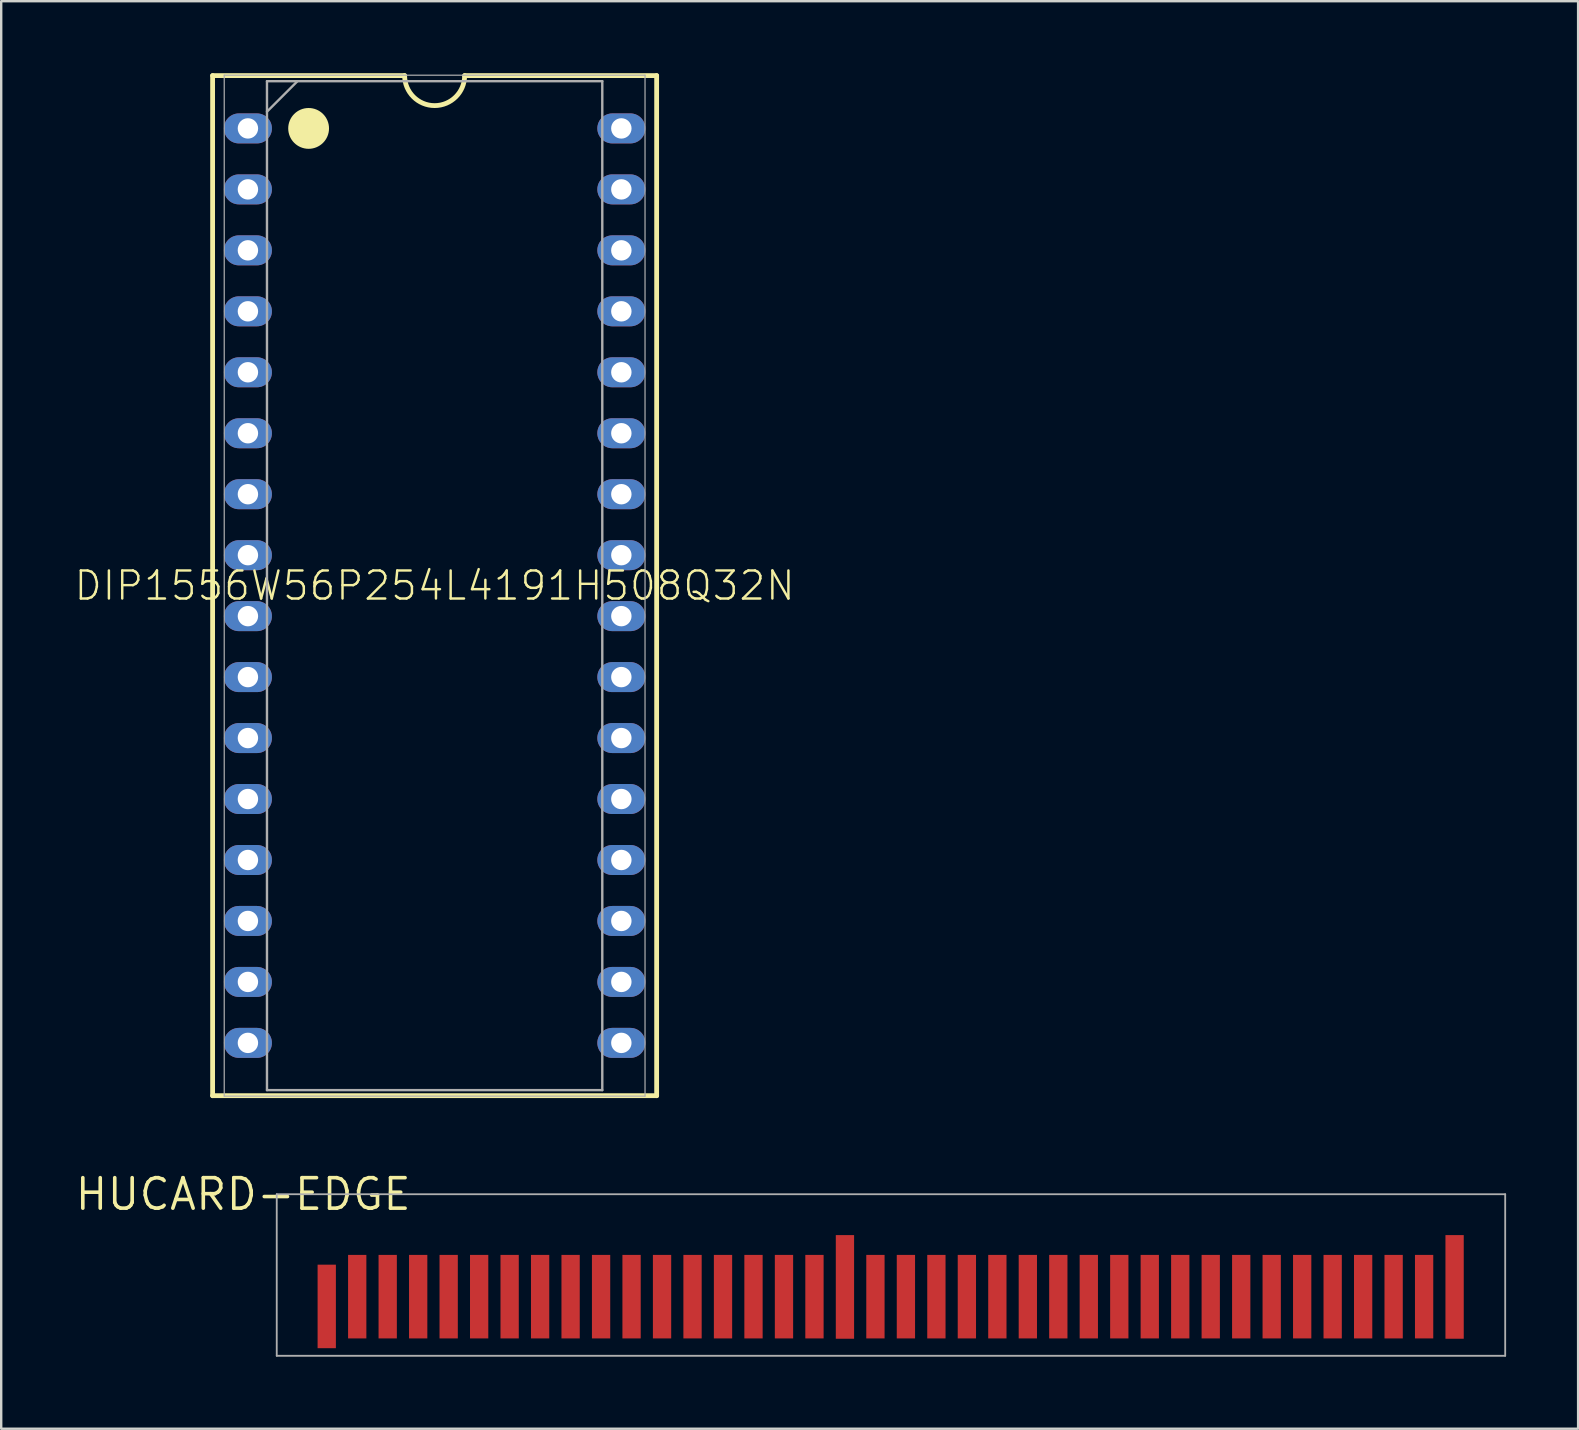
<source format=kicad_pcb>
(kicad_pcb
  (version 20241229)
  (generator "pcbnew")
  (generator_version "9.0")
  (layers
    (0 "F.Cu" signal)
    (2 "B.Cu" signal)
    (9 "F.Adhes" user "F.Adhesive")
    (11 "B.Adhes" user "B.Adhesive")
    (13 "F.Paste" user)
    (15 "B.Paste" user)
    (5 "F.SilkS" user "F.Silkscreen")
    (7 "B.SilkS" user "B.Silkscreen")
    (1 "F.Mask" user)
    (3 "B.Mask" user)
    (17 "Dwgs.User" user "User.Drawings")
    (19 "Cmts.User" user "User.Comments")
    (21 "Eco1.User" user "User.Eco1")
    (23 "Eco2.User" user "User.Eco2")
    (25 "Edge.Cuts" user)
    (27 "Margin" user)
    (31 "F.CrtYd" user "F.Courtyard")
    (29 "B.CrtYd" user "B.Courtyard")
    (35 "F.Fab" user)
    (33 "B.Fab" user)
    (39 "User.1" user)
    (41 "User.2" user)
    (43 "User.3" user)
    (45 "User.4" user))
  (footprint "HUCARD-EDGE"
    (layer "F.Cu")
    (at 7.083 46.706)
    (property "Reference" "HUCARD-EDGE" (at 0 0 0) (layer "F.SilkS") (effects (font (size 1.27 1.27) (thickness 0.15))))
    (fp_poly (pts (xy 2.032 6.096) (xy 51.943 6.096) (xy 51.943 2.032) (xy 2.032 2.032)) (stroke (width 1) (type default)) (fill yes) (layer "F.Mask"))
    (fp_line (start 1.397 0) (end 1.397 6.731) (stroke (width 0.076) (type solid)) (layer "F.Fab"))
    (fp_line (start 1.397 6.731) (end 52.578 6.731) (stroke (width 0.076) (type solid)) (layer "F.Fab"))
    (fp_line (start 52.578 0) (end 1.397 0) (stroke (width 0.076) (type solid)) (layer "F.Fab"))
    (fp_line (start 52.578 6.731) (end 52.578 0) (stroke (width 0.076) (type solid)) (layer "F.Fab"))
    (pad "1" smd rect (at 3.48 4.674 90) (size 3.48 0.762) (layers "F.Cu" "F.Mask"))
    (pad "2" smd rect (at 4.75 4.267 90) (size 3.48 0.762) (layers "F.Cu" "F.Mask"))
    (pad "3" smd rect (at 6.02 4.267 90) (size 3.48 0.762) (layers "F.Cu" "F.Mask"))
    (pad "4" smd rect (at 7.29 4.267 90) (size 3.48 0.762) (layers "F.Cu" "F.Mask"))
    (pad "5" smd rect (at 8.56 4.267 90) (size 3.48 0.762) (layers "F.Cu" "F.Mask"))
    (pad "6" smd rect (at 9.83 4.267 90) (size 3.48 0.762) (layers "F.Cu" "F.Mask"))
    (pad "7" smd rect (at 11.1 4.267 90) (size 3.48 0.762) (layers "F.Cu" "F.Mask"))
    (pad "8" smd rect (at 12.37 4.267 90) (size 3.48 0.762) (layers "F.Cu" "F.Mask"))
    (pad "9" smd rect (at 13.64 4.267 90) (size 3.48 0.762) (layers "F.Cu" "F.Mask"))
    (pad "10" smd rect (at 14.91 4.267 90) (size 3.48 0.762) (layers "F.Cu" "F.Mask"))
    (pad "11" smd rect (at 16.18 4.267 90) (size 3.48 0.762) (layers "F.Cu" "F.Mask"))
    (pad "12" smd rect (at 17.45 4.267 90) (size 3.48 0.762) (layers "F.Cu" "F.Mask"))
    (pad "13" smd rect (at 18.72 4.267 90) (size 3.48 0.762) (layers "F.Cu" "F.Mask"))
    (pad "14" smd rect (at 19.99 4.267 90) (size 3.48 0.762) (layers "F.Cu" "F.Mask"))
    (pad "15" smd rect (at 21.26 4.267 90) (size 3.48 0.762) (layers "F.Cu" "F.Mask"))
    (pad "16" smd rect (at 22.53 4.267 90) (size 3.48 0.762) (layers "F.Cu" "F.Mask"))
    (pad "17" smd rect (at 23.8 4.267 90) (size 3.48 0.762) (layers "F.Cu" "F.Mask"))
    (pad "18" smd rect (at 25.07 3.861 90) (size 4.318 0.762) (layers "F.Cu" "F.Mask"))
    (pad "19" smd rect (at 26.34 4.267 90) (size 3.48 0.762) (layers "F.Cu" "F.Mask"))
    (pad "20" smd rect (at 27.61 4.267 90) (size 3.48 0.762) (layers "F.Cu" "F.Mask"))
    (pad "21" smd rect (at 28.88 4.267 90) (size 3.48 0.762) (layers "F.Cu" "F.Mask"))
    (pad "22" smd rect (at 30.15 4.267 90) (size 3.48 0.762) (layers "F.Cu" "F.Mask"))
    (pad "23" smd rect (at 31.42 4.267 90) (size 3.48 0.762) (layers "F.Cu" "F.Mask"))
    (pad "24" smd rect (at 32.69 4.267 90) (size 3.48 0.762) (layers "F.Cu" "F.Mask"))
    (pad "25" smd rect (at 33.96 4.267 90) (size 3.48 0.762) (layers "F.Cu" "F.Mask"))
    (pad "26" smd rect (at 35.23 4.267 90) (size 3.48 0.762) (layers "F.Cu" "F.Mask"))
    (pad "27" smd rect (at 36.5 4.267 90) (size 3.48 0.762) (layers "F.Cu" "F.Mask"))
    (pad "28" smd rect (at 37.77 4.267 90) (size 3.48 0.762) (layers "F.Cu" "F.Mask"))
    (pad "29" smd rect (at 39.04 4.267 90) (size 3.48 0.762) (layers "F.Cu" "F.Mask"))
    (pad "30" smd rect (at 40.31 4.267 90) (size 3.48 0.762) (layers "F.Cu" "F.Mask"))
    (pad "31" smd rect (at 41.58 4.267 90) (size 3.48 0.762) (layers "F.Cu" "F.Mask"))
    (pad "32" smd rect (at 42.85 4.267 90) (size 3.48 0.762) (layers "F.Cu" "F.Mask"))
    (pad "33" smd rect (at 44.12 4.267 90) (size 3.48 0.762) (layers "F.Cu" "F.Mask"))
    (pad "34" smd rect (at 45.39 4.267 90) (size 3.48 0.762) (layers "F.Cu" "F.Mask"))
    (pad "35" smd rect (at 46.66 4.267 90) (size 3.48 0.762) (layers "F.Cu" "F.Mask"))
    (pad "36" smd rect (at 47.93 4.267 90) (size 3.48 0.762) (layers "F.Cu" "F.Mask"))
    (pad "37" smd rect (at 49.2 4.267 90) (size 3.48 0.762) (layers "F.Cu" "F.Mask"))
    (pad "38" smd rect (at 50.47 3.861 90) (size 4.318 0.762) (layers "F.Cu" "F.Mask")))
  (footprint "DIP1556W56P254L4191H508Q32N"
    (layer "F.Cu")
    (at 15.058 21.35)
    (property "Reference" "DIP1556W56P254L4191H508Q32N" (at 0 0 0) (layer "F.SilkS") (effects (font (size 1.168 1.168) (thickness 0.102))))
    (fp_line (start -9.25 -21.25) (end -9.25 21.25) (stroke (width 0.2) (type default)) (layer "F.SilkS"))
    (fp_line (start -9.25 21.25) (end 9.25 21.25) (stroke (width 0.2) (type default)) (layer "F.SilkS"))
    (fp_line (start -1.25 -21.25) (end -9.25 -21.25) (stroke (width 0.2) (type default)) (layer "F.SilkS"))
    (fp_line (start 9.25 -21.25) (end 1.25 -21.25) (stroke (width 0.2) (type default)) (layer "F.SilkS"))
    (fp_line (start 9.25 21.25) (end 9.25 -21.25) (stroke (width 0.2) (type default)) (layer "F.SilkS"))
    (fp_arc (start 1.25 -21.25) (mid 0 -20) (end -1.25 -21.25) (stroke (width 0.2) (type default)) (layer "F.SilkS"))
    (fp_circle (center -5.25 -19.05) (end -4.5 -19.05) (stroke (width 0.2) (type solid)) (fill yes) (layer "F.SilkS"))
    (fp_line (start -8.766 -21.268) (end 8.766 -21.268) (stroke (width 0.05) (type solid)) (layer "F.Fab"))
    (fp_line (start -8.766 21.268) (end -8.766 -21.268) (stroke (width 0.05) (type solid)) (layer "F.Fab"))
    (fp_line (start -6.985 -21.018) (end 6.985 -21.018) (stroke (width 0.1) (type solid)) (layer "F.Fab"))
    (fp_line (start -6.985 -19.748) (end -5.715 -21.018) (stroke (width 0.1) (type solid)) (layer "F.Fab"))
    (fp_line (start -6.985 21.018) (end -6.985 -21.018) (stroke (width 0.1) (type solid)) (layer "F.Fab"))
    (fp_line (start 6.985 -21.018) (end 6.985 21.018) (stroke (width 0.1) (type solid)) (layer "F.Fab"))
    (fp_line (start 6.985 21.018) (end -6.985 21.018) (stroke (width 0.1) (type solid)) (layer "F.Fab"))
    (fp_line (start 8.766 -21.268) (end 8.766 21.268) (stroke (width 0.05) (type solid)) (layer "F.Fab"))
    (fp_line (start 8.766 21.268) (end -8.766 21.268) (stroke (width 0.05) (type solid)) (layer "F.Fab"))
    (pad "1" thru_hole oval (at -7.779 -19.05) (size 2 1.25) (drill 0.85) (layers "*.Cu" "*.Mask"))
    (pad "2" thru_hole oval (at -7.779 -16.51) (size 2 1.25) (drill 0.85) (layers "*.Cu" "*.Mask"))
    (pad "3" thru_hole oval (at -7.779 -13.97) (size 2 1.25) (drill 0.85) (layers "*.Cu" "*.Mask"))
    (pad "4" thru_hole oval (at -7.779 -11.43) (size 2 1.25) (drill 0.85) (layers "*.Cu" "*.Mask"))
    (pad "5" thru_hole oval (at -7.779 -8.89) (size 2 1.25) (drill 0.85) (layers "*.Cu" "*.Mask"))
    (pad "6" thru_hole oval (at -7.779 -6.35) (size 2 1.25) (drill 0.85) (layers "*.Cu" "*.Mask"))
    (pad "7" thru_hole oval (at -7.779 -3.81) (size 2 1.25) (drill 0.85) (layers "*.Cu" "*.Mask"))
    (pad "8" thru_hole oval (at -7.779 -1.27) (size 2 1.25) (drill 0.85) (layers "*.Cu" "*.Mask"))
    (pad "9" thru_hole oval (at -7.779 1.27) (size 2 1.25) (drill 0.85) (layers "*.Cu" "*.Mask"))
    (pad "10" thru_hole oval (at -7.779 3.81) (size 2 1.25) (drill 0.85) (layers "*.Cu" "*.Mask"))
    (pad "11" thru_hole oval (at -7.779 6.35) (size 2 1.25) (drill 0.85) (layers "*.Cu" "*.Mask"))
    (pad "12" thru_hole oval (at -7.779 8.89) (size 2 1.25) (drill 0.85) (layers "*.Cu" "*.Mask"))
    (pad "13" thru_hole oval (at -7.779 11.43) (size 2 1.25) (drill 0.85) (layers "*.Cu" "*.Mask"))
    (pad "14" thru_hole oval (at -7.779 13.97) (size 2 1.25) (drill 0.85) (layers "*.Cu" "*.Mask"))
    (pad "15" thru_hole oval (at -7.779 16.51) (size 2 1.25) (drill 0.85) (layers "*.Cu" "*.Mask"))
    (pad "16" thru_hole oval (at -7.779 19.05) (size 2 1.25) (drill 0.85) (layers "*.Cu" "*.Mask"))
    (pad "17" thru_hole oval (at 7.779 19.05) (size 2 1.25) (drill 0.85) (layers "*.Cu" "*.Mask"))
    (pad "18" thru_hole oval (at 7.779 16.51) (size 2 1.25) (drill 0.85) (layers "*.Cu" "*.Mask"))
    (pad "19" thru_hole oval (at 7.779 13.97) (size 2 1.25) (drill 0.85) (layers "*.Cu" "*.Mask"))
    (pad "20" thru_hole oval (at 7.779 11.43) (size 2 1.25) (drill 0.85) (layers "*.Cu" "*.Mask"))
    (pad "21" thru_hole oval (at 7.779 8.89) (size 2 1.25) (drill 0.85) (layers "*.Cu" "*.Mask"))
    (pad "22" thru_hole oval (at 7.779 6.35) (size 2 1.25) (drill 0.85) (layers "*.Cu" "*.Mask"))
    (pad "23" thru_hole oval (at 7.779 3.81) (size 2 1.25) (drill 0.85) (layers "*.Cu" "*.Mask"))
    (pad "24" thru_hole oval (at 7.779 1.27) (size 2 1.25) (drill 0.85) (layers "*.Cu" "*.Mask"))
    (pad "25" thru_hole oval (at 7.779 -1.27) (size 2 1.25) (drill 0.85) (layers "*.Cu" "*.Mask"))
    (pad "26" thru_hole oval (at 7.779 -3.81) (size 2 1.25) (drill 0.85) (layers "*.Cu" "*.Mask"))
    (pad "27" thru_hole oval (at 7.779 -6.35) (size 2 1.25) (drill 0.85) (layers "*.Cu" "*.Mask"))
    (pad "28" thru_hole oval (at 7.779 -8.89) (size 2 1.25) (drill 0.85) (layers "*.Cu" "*.Mask"))
    (pad "29" thru_hole oval (at 7.779 -11.43) (size 2 1.25) (drill 0.85) (layers "*.Cu" "*.Mask"))
    (pad "30" thru_hole oval (at 7.779 -13.97) (size 2 1.25) (drill 0.85) (layers "*.Cu" "*.Mask"))
    (pad "31" thru_hole oval (at 7.779 -16.51) (size 2 1.25) (drill 0.85) (layers "*.Cu" "*.Mask"))
    (pad "32" thru_hole oval (at 7.779 -19.05) (size 2 1.25) (drill 0.85) (layers "*.Cu" "*.Mask")))
  (gr_rect
    (start -3 -3)
    (end 62.699 56.475)
    (stroke (width 0.1) (type default))
    (fill no)
    (layer "Edge.Cuts")))
</source>
